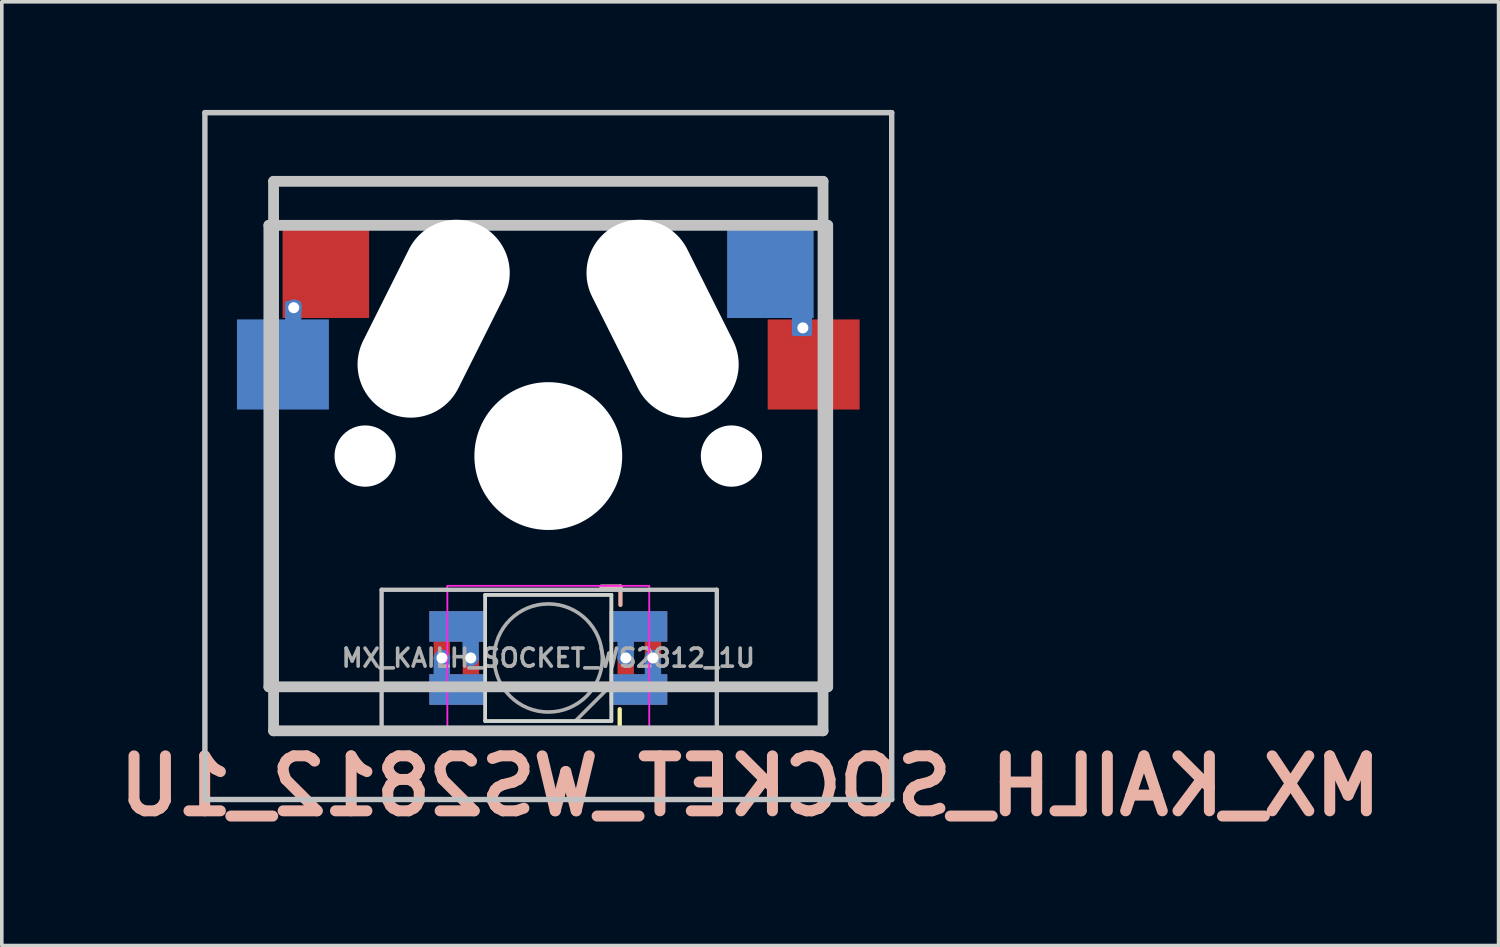
<source format=kicad_pcb>
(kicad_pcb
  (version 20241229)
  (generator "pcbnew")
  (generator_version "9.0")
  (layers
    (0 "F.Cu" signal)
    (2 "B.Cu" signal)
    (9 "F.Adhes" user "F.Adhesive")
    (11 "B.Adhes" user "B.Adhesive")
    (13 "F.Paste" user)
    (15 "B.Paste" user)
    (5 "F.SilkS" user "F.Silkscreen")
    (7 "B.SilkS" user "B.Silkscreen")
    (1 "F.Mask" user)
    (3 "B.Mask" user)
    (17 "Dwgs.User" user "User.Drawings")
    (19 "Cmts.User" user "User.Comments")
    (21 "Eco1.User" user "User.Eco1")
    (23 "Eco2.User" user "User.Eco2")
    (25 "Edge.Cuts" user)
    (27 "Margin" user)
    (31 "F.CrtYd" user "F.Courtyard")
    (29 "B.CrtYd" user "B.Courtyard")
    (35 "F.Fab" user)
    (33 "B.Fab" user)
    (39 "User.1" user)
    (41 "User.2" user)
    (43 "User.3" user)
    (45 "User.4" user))
  (footprint "MX_KAILH_SOCKET_WS2812_1U"
    (layer "F.Cu")
    (at 12.158 9.6)
    (property "Reference" "MX_KAILH_SOCKET_WS2812_1U" (at 5.6 9.15 0) (layer "B.SilkS") (effects (font (size 1.524 1.524) (thickness 0.305)) (justify mirror)))
    (attr through_hole)
    (fp_poly (pts (xy -3.25 4.35) (xy -1.75 4.35) (xy -1.75 5.1) (xy -3.25 5.1)) (stroke (width 0.1) (type solid)) (fill yes) (layer "F.Mask"))
    (fp_poly (pts (xy -3.25 6.1) (xy -1.75 6.1) (xy -1.75 6.85) (xy -3.25 6.85)) (stroke (width 0.1) (type solid)) (fill yes) (layer "F.Mask"))
    (fp_poly (pts (xy 1.75 4.35) (xy 3.25 4.35) (xy 3.25 5.1) (xy 1.75 5.1)) (stroke (width 0.1) (type solid)) (fill yes) (layer "F.Mask"))
    (fp_poly (pts (xy 1.75 6.1) (xy 3.25 6.1) (xy 3.25 6.85) (xy 1.75 6.85)) (stroke (width 0.1) (type solid)) (fill yes) (layer "F.Mask"))
    (fp_poly (pts (xy -6.134 -1.34) (xy -8.585 -1.333) (xy -8.585 -3.734) (xy -6.134 -3.74)) (stroke (width 0.1) (type solid)) (fill yes) (layer "B.Mask"))
    (fp_poly (pts (xy -3.25 4.35) (xy -1.75 4.35) (xy -1.75 5.1) (xy -3.25 5.1)) (stroke (width 0.1) (type solid)) (fill yes) (layer "B.Mask"))
    (fp_poly (pts (xy -3.25 6.1) (xy -1.75 6.1) (xy -1.75 6.85) (xy -3.25 6.85)) (stroke (width 0.1) (type solid)) (fill yes) (layer "B.Mask"))
    (fp_poly (pts (xy 1.75 4.35) (xy 3.25 4.35) (xy 3.25 5.1) (xy 1.75 5.1)) (stroke (width 0.1) (type solid)) (fill yes) (layer "B.Mask"))
    (fp_poly (pts (xy 1.75 6.1) (xy 3.25 6.1) (xy 3.25 6.85) (xy 1.75 6.85)) (stroke (width 0.1) (type solid)) (fill yes) (layer "B.Mask"))
    (fp_poly (pts (xy 7.315 -3.886) (xy 5.01 -3.88) (xy 5.01 -6.28) (xy 7.315 -6.287)) (stroke (width 0.1) (type solid)) (fill yes) (layer "B.Mask"))
    (fp_line (start 1.473 7.55) (end 1.981 7.55) (stroke (width 0.12) (type solid)) (layer "F.SilkS"))
    (fp_line (start 1.981 7.55) (end 1.981 7.022) (stroke (width 0.12) (type solid)) (layer "F.SilkS"))
    (fp_line (start 2.001 3.619) (end 1.473 3.619) (stroke (width 0.12) (type solid)) (layer "B.SilkS"))
    (fp_line (start 2.001 4.127) (end 2.001 3.619) (stroke (width 0.12) (type solid)) (layer "B.SilkS"))
    (fp_poly (pts (xy -3.245 4.347) (xy -1.745 4.347) (xy -1.745 5.097) (xy -3.245 5.097)) (stroke (width 0.1) (type solid)) (fill yes) (layer "F.Paste"))
    (fp_poly (pts (xy -3.245 6.1) (xy -1.745 6.1) (xy -1.745 6.85) (xy -3.245 6.85)) (stroke (width 0.1) (type solid)) (fill yes) (layer "F.Paste"))
    (fp_poly (pts (xy 1.75 4.347) (xy 3.25 4.347) (xy 3.25 5.097) (xy 1.75 5.097)) (stroke (width 0.1) (type solid)) (fill yes) (layer "F.Paste"))
    (fp_poly (pts (xy 1.75 6.1) (xy 3.25 6.1) (xy 3.25 6.85) (xy 1.75 6.85)) (stroke (width 0.1) (type solid)) (fill yes) (layer "F.Paste"))
    (fp_poly (pts (xy -6.134 -1.333) (xy -8.585 -1.327) (xy -8.585 -3.727) (xy -6.134 -3.734)) (stroke (width 0.1) (type solid)) (fill yes) (layer "B.Paste"))
    (fp_poly (pts (xy -3.245 4.347) (xy -1.745 4.347) (xy -1.745 5.097) (xy -3.245 5.097)) (stroke (width 0.1) (type solid)) (fill yes) (layer "B.Paste"))
    (fp_poly (pts (xy -3.245 6.1) (xy -1.745 6.1) (xy -1.745 6.85) (xy -3.245 6.85)) (stroke (width 0.1) (type solid)) (fill yes) (layer "B.Paste"))
    (fp_poly (pts (xy 1.75 4.347) (xy 3.25 4.347) (xy 3.25 5.097) (xy 1.75 5.097)) (stroke (width 0.1) (type solid)) (fill yes) (layer "B.Paste"))
    (fp_poly (pts (xy 1.75 6.1) (xy 3.25 6.1) (xy 3.25 6.85) (xy 1.75 6.85)) (stroke (width 0.1) (type solid)) (fill yes) (layer "B.Paste"))
    (fp_poly (pts (xy 7.315 -3.886) (xy 5.01 -3.88) (xy 5.01 -6.28) (xy 7.315 -6.287)) (stroke (width 0.1) (type solid)) (fill yes) (layer "B.Paste"))
    (fp_line (start -9.525 -9.525) (end 9.525 -9.525) (stroke (width 0.15) (type solid)) (layer "Dwgs.User"))
    (fp_line (start -9.525 9.525) (end -9.525 -9.525) (stroke (width 0.15) (type solid)) (layer "Dwgs.User"))
    (fp_line (start -7.75 6.4) (end -7.75 -6.4) (stroke (width 0.3) (type solid)) (layer "Dwgs.User"))
    (fp_line (start -7.75 6.4) (end 7.75 6.4) (stroke (width 0.3) (type solid)) (layer "Dwgs.User"))
    (fp_line (start -7.62 -7.62) (end 7.62 -7.62) (stroke (width 0.3) (type solid)) (layer "Dwgs.User"))
    (fp_line (start -7.62 7.62) (end -7.62 -7.62) (stroke (width 0.3) (type solid)) (layer "Dwgs.User"))
    (fp_line (start -4.623 3.708) (end -4.623 7.671) (stroke (width 0.12) (type solid)) (layer "Dwgs.User"))
    (fp_line (start 4.674 3.708) (end -4.623 3.708) (stroke (width 0.12) (type solid)) (layer "Dwgs.User"))
    (fp_line (start 4.674 3.708) (end 4.674 7.671) (stroke (width 0.12) (type solid)) (layer "Dwgs.User"))
    (fp_line (start 7.62 -7.62) (end 7.62 7.62) (stroke (width 0.3) (type solid)) (layer "Dwgs.User"))
    (fp_line (start 7.62 7.62) (end -7.62 7.62) (stroke (width 0.3) (type solid)) (layer "Dwgs.User"))
    (fp_line (start 7.75 -6.4) (end -7.75 -6.4) (stroke (width 0.3) (type solid)) (layer "Dwgs.User"))
    (fp_line (start 7.75 6.4) (end 7.75 -6.4) (stroke (width 0.3) (type solid)) (layer "Dwgs.User"))
    (fp_line (start 9.525 -9.525) (end 9.525 9.525) (stroke (width 0.15) (type solid)) (layer "Dwgs.User"))
    (fp_line (start 9.525 9.525) (end -9.525 9.525) (stroke (width 0.15) (type solid)) (layer "Dwgs.User"))
    (fp_line (start -7 -7) (end -7 7) (stroke (width 0.12) (type solid)) (layer "Eco1.User"))
    (fp_line (start -7 7) (end 7 7) (stroke (width 0.12) (type solid)) (layer "Eco1.User"))
    (fp_line (start 7 -7) (end -7 -7) (stroke (width 0.12) (type solid)) (layer "Eco1.User"))
    (fp_line (start 7 7) (end 7 -7) (stroke (width 0.12) (type solid)) (layer "Eco1.User"))
    (fp_line (start -1.75 3.85) (end -1.75 7.35) (stroke (width 0.1) (type solid)) (layer "Edge.Cuts"))
    (fp_line (start -1.75 7.35) (end 1.75 7.35) (stroke (width 0.1) (type solid)) (layer "Edge.Cuts"))
    (fp_line (start 1.75 3.85) (end -1.75 3.85) (stroke (width 0.1) (type solid)) (layer "Edge.Cuts"))
    (fp_line (start 1.75 7.35) (end 1.75 3.85) (stroke (width 0.1) (type solid)) (layer "Edge.Cuts"))
    (fp_line (start -2.8 3.6) (end -2.8 7.6) (stroke (width 0.05) (type solid)) (layer "F.CrtYd"))
    (fp_line (start -2.8 7.6) (end 2.8 7.6) (stroke (width 0.05) (type solid)) (layer "F.CrtYd"))
    (fp_line (start 2.8 3.6) (end -2.8 3.6) (stroke (width 0.05) (type solid)) (layer "F.CrtYd"))
    (fp_line (start 2.8 7.6) (end 2.8 3.6) (stroke (width 0.05) (type solid)) (layer "F.CrtYd"))
    (fp_line (start -1.75 3.85) (end -1.75 7.35) (stroke (width 0.1) (type solid)) (layer "F.Fab"))
    (fp_line (start -1.75 7.35) (end 1.75 7.35) (stroke (width 0.1) (type solid)) (layer "F.Fab"))
    (fp_line (start 1.75 3.85) (end -1.75 3.85) (stroke (width 0.1) (type solid)) (layer "F.Fab"))
    (fp_line (start 1.75 6.35) (end 0.75 7.35) (stroke (width 0.1) (type solid)) (layer "F.Fab"))
    (fp_line (start 1.75 7.35) (end 1.75 3.85) (stroke (width 0.1) (type solid)) (layer "F.Fab"))
    (fp_circle (center 0 5.6) (end 0 4.1) (stroke (width 0.1) (type solid)) (fill no) (layer "F.Fab"))
    (fp_text user "${REFERENCE}" (at 0 5.6 0) (layer "F.Fab") (effects (font (size 0.5 0.5) (thickness 0.1))))
    (pad "" np_thru_hole circle (at -5.08 0) (size 1.7 1.7) (drill 1.7) (layers "*.Cu" "*.Mask"))
    (pad "" np_thru_hole oval (at -3.18 -3.81 333.4) (size 2.95 5.789) (drill oval 2.95 5.789) (layers "*.Cu" "*.Mask"))
    (pad "" np_thru_hole circle (at 0 0 90) (size 4.1 4.1) (drill 4.1) (layers "*.Cu" "*.Mask"))
    (pad "" np_thru_hole oval (at 3.17 -3.81 26.6) (size 2.95 5.789) (drill oval 2.95 5.789) (layers "*.Cu" "*.Mask"))
    (pad "" np_thru_hole circle (at 5.08 0) (size 1.7 1.7) (drill 1.7) (layers "*.Cu" "*.Mask"))
    (pad "1" smd custom (at -2.5 4.725) (size 1.6 0.85) (layers "B.Cu") (options (anchor rect)) (primitives (gr_poly (pts (xy 0.525 0.896) (xy 0.169 0.896) (xy 0.169 0.325) (xy 0.525 0.325)) (width 0.1) (fill yes))))
    (pad "1" smd custom (at -2.5 6.475) (size 1.6 0.85) (layers "F.Cu") (options (anchor rect)) (primitives (gr_poly (pts (xy 0.531 -0.898) (xy 0.531 -0.275) (xy 0.175 -0.275) (xy 0.175 -0.898)) (width 0.1) (fill yes))))
    (pad "1" thru_hole circle (at -2.15 5.6 180) (size 0.457 0.457) (drill 0.305) (layers "*.Cu"))
    (pad "2" thru_hole circle (at -2.95 5.6 180) (size 0.457 0.457) (drill 0.305) (layers "*.Cu"))
    (pad "2" smd custom (at -2.5 4.725 180) (size 1.6 0.85) (layers "F.Cu") (options (anchor rect)) (primitives (gr_poly (pts (xy 0.632 -0.869) (xy 0.632 -0.296) (xy 0.277 -0.296) (xy 0.277 -0.869)) (width 0.1) (fill yes))))
    (pad "2" smd custom (at -2.5 6.475 180) (size 1.6 0.85) (layers "B.Cu") (options (anchor rect)) (primitives (gr_poly (pts (xy 0.632 0.888) (xy 0.277 0.888) (xy 0.277 0.325) (xy 0.632 0.325)) (width 0.1) (fill yes))))
    (pad "3" smd custom (at 2.5 4.725 180) (size 1.6 0.85) (layers "F.Cu") (options (anchor rect)) (primitives (gr_poly (pts (xy -0.226 -0.887) (xy -0.226 -0.354) (xy -0.582 -0.354) (xy -0.582 -0.887)) (width 0.1) (fill yes))))
    (pad "3" smd custom (at 2.5 6.475 180) (size 1.6 0.85) (layers "B.Cu") (options (anchor rect)) (primitives (gr_poly (pts (xy -0.222 0.888) (xy -0.578 0.888) (xy -0.582 0.325) (xy -0.226 0.325)) (width 0.1) (fill yes))))
    (pad "3" thru_hole circle (at 2.9 5.6 180) (size 0.457 0.457) (drill 0.305) (layers "*.Cu"))
    (pad "4" thru_hole circle (at 2.15 5.6 180) (size 0.457 0.457) (drill 0.305) (layers "*.Cu"))
    (pad "4" smd custom (at 2.5 4.725) (size 1.6 0.85) (layers "B.Cu") (options (anchor rect)) (primitives (gr_poly (pts (xy -0.175 0.886) (xy -0.531 0.886) (xy -0.531 0.175) (xy -0.175 0.175)) (width 0.1) (fill yes))))
    (pad "4" smd custom (at 2.5 6.475) (size 1.6 0.85) (layers "F.Cu") (options (anchor rect)) (primitives (gr_poly (pts (xy -0.175 -0.906) (xy -0.175 -0.175) (xy -0.531 -0.178) (xy -0.531 -0.903)) (width 0.1) (fill yes))))
    (pad "A" smd custom (at -7.36 -2.54) (size 2.55 2.5) (layers "B.Cu") (options (anchor rect)) (primitives (gr_poly (pts (xy 0.46 -1.06) (xy 0.11 -1.06) (xy 0.11 -1.71) (xy 0.46 -1.71)) (width 0.1) (fill yes))))
    (pad "A" thru_hole circle (at -7.061 -4.115) (size 0.457 0.457) (drill 0.305) (layers "*.Cu"))
    (pad "A" smd rect (at -6.17 -5.08) (size 2.4 2.5) (layers "F.Cu" "F.Mask" "F.Paste"))
    (pad "B" smd custom (at 6.16 -5.08) (size 2.4 2.5) (layers "B.Cu") (options (anchor rect)) (primitives (gr_poly (pts (xy 1.104 1.702) (xy 0.647 1.702) (xy 0.647 1.118) (xy 1.104 1.118)) (width 0.1) (fill yes))))
    (pad "B" thru_hole circle (at 7.061 -3.556 180) (size 0.457 0.457) (drill 0.305) (layers "*.Cu"))
    (pad "B" smd rect (at 7.36 -2.54) (size 2.55 2.5) (layers "F.Cu" "F.Mask" "F.Paste")))
  (gr_rect
    (start -3 -3)
    (end 38.516 23.176)
    (stroke (width 0.1) (type default))
    (fill no)
    (layer "Edge.Cuts")))
</source>
